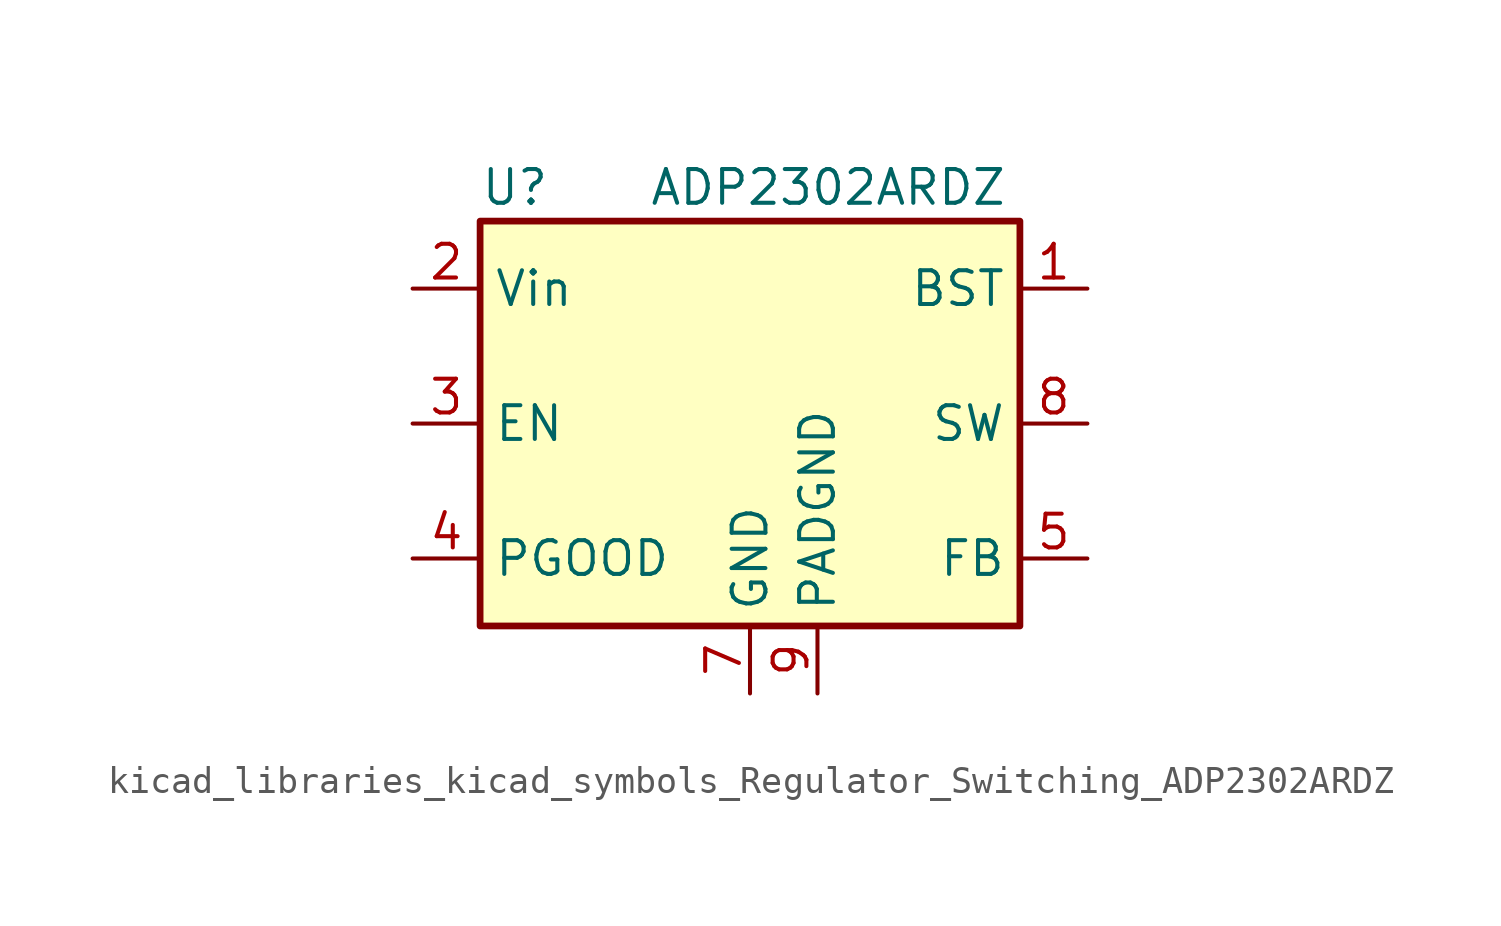
<source format=kicad_sym>
(kicad_symbol_lib
  (version 20220914)
  (generator kicad_symbol_editor)
  (symbol "kicad_libraries_kicad_symbols_Regulator_Switching_ADP2302ARDZ"
    (property "Reference" "U"
      (at -10.16 8.89 0)
      (effects (font (size 1.27 1.27)) (justify left)))
    (property "Value" "ADP2302ARDZ"
      (at -3.81 8.89 0)
      (effects (font (size 1.27 1.27)) (justify left)))
    (symbol "kicad_libraries_kicad_symbols_Regulator_Switching_ADP2302ARDZ_0_1"
      (rectangle (start -10.16 7.62) (end 10.16 -7.62) (stroke (width 0.254) (type default)) (fill (type background))))
    (symbol "kicad_libraries_kicad_symbols_Regulator_Switching_ADP2302ARDZ_1_1"
      (pin input line (at 12.7 5.08 180) (length 2.54) (name "BST" (effects (font (size 1.27 1.27)))) (number "1" (effects (font (size 1.27 1.27)))))
      (pin power_in line (at -12.7 5.08 0) (length 2.54) (name "Vin" (effects (font (size 1.27 1.27)))) (number "2" (effects (font (size 1.27 1.27)))))
      (pin input line (at -12.7 0 0) (length 2.54) (name "EN" (effects (font (size 1.27 1.27)))) (number "3" (effects (font (size 1.27 1.27)))))
      (pin output line (at -12.7 -5.08 0) (length 2.54) (name "PGOOD" (effects (font (size 1.27 1.27)))) (number "4" (effects (font (size 1.27 1.27)))))
      (pin input line (at 12.7 -5.08 180) (length 2.54) (name "FB" (effects (font (size 1.27 1.27)))) (number "5" (effects (font (size 1.27 1.27)))))
      (pin no_connect line (at -10.16 2.54 0) (length 2.54) hide (name "NC" (effects (font (size 1.27 1.27)))) (number "6" (effects (font (size 1.27 1.27)))))
      (pin power_in line (at 0 -10.16 90) (length 2.54) (name "GND" (effects (font (size 1.27 1.27)))) (number "7" (effects (font (size 1.27 1.27)))))
      (pin power_out line (at 12.7 0 180) (length 2.54) (name "SW" (effects (font (size 1.27 1.27)))) (number "8" (effects (font (size 1.27 1.27)))))
      (pin power_in line (at 2.54 -10.16 90) (length 2.54) (name "PADGND" (effects (font (size 1.27 1.27)))) (number "9" (effects (font (size 1.27 1.27))))))))
</source>
